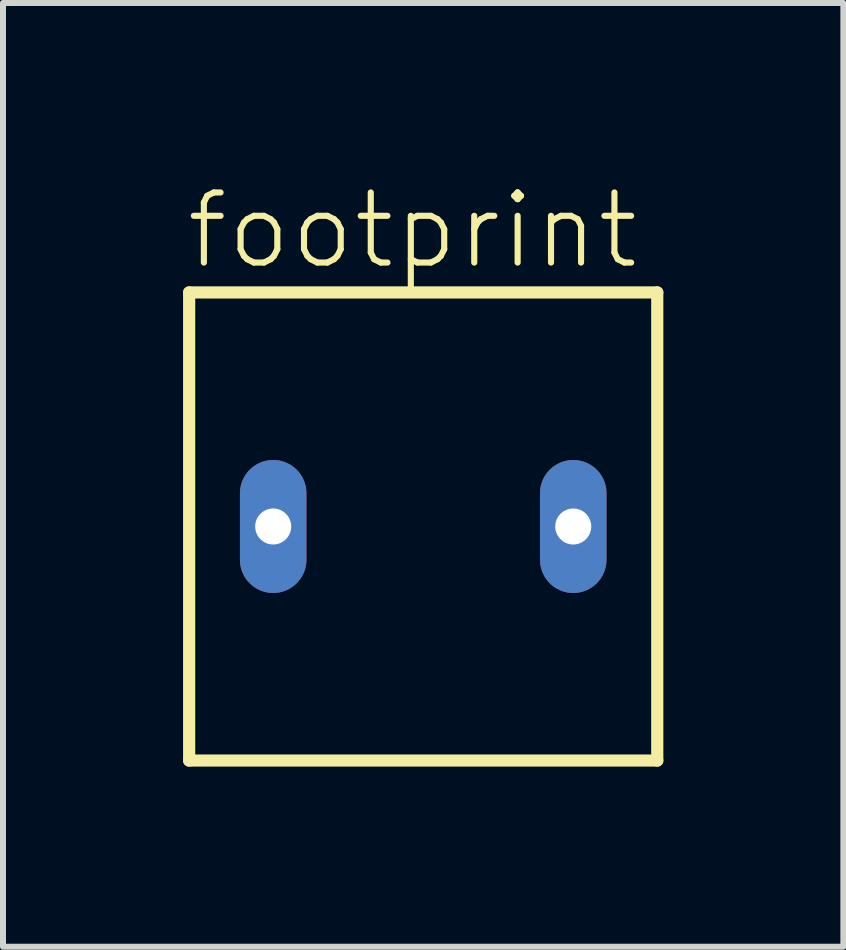
<source format=kicad_pcb>
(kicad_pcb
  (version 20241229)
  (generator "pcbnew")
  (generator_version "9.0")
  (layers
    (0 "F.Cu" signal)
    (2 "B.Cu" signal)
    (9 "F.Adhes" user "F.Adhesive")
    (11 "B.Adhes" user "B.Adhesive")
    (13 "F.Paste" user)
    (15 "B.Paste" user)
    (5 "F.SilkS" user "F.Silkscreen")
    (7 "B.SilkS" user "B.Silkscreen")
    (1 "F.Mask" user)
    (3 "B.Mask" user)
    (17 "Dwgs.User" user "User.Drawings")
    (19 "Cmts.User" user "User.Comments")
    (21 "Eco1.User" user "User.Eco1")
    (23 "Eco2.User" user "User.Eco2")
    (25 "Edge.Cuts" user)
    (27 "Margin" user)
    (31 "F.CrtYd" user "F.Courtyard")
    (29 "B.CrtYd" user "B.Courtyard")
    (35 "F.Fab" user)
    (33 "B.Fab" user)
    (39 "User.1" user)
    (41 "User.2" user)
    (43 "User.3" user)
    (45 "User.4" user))
  (footprint "footprint"
    (layer "F.Cu")
    (at 4.002 5.723)
    (property "Reference" "footprint" (at -4 -4.25 0) (layer "F.SilkS") (effects (font (size 1.168 1.168) (thickness 0.102)) (justify left bottom)))
    (fp_line (start -3.9 -3.9) (end -3.9 3.9) (stroke (width 0.203) (type solid)) (layer "F.SilkS"))
    (fp_line (start -3.9 3.9) (end 3.9 3.9) (stroke (width 0.203) (type solid)) (layer "F.SilkS"))
    (fp_line (start 3.9 -3.9) (end -3.9 -3.9) (stroke (width 0.203) (type solid)) (layer "F.SilkS"))
    (fp_line (start 3.9 3.9) (end 3.9 -3.9) (stroke (width 0.203) (type solid)) (layer "F.SilkS"))
    (pad "1" thru_hole oval (at -2.5 0 90) (size 2.216 1.108) (drill 0.6) (layers "*.Cu" "*.Mask"))
    (pad "2" thru_hole oval (at 2.5 0 90) (size 2.216 1.108) (drill 0.6) (layers "*.Cu" "*.Mask")))
  (gr_rect
    (start -3 -3)
    (end 11.003 12.725)
    (stroke (width 0.1) (type default))
    (fill no)
    (layer "Edge.Cuts")))
</source>
